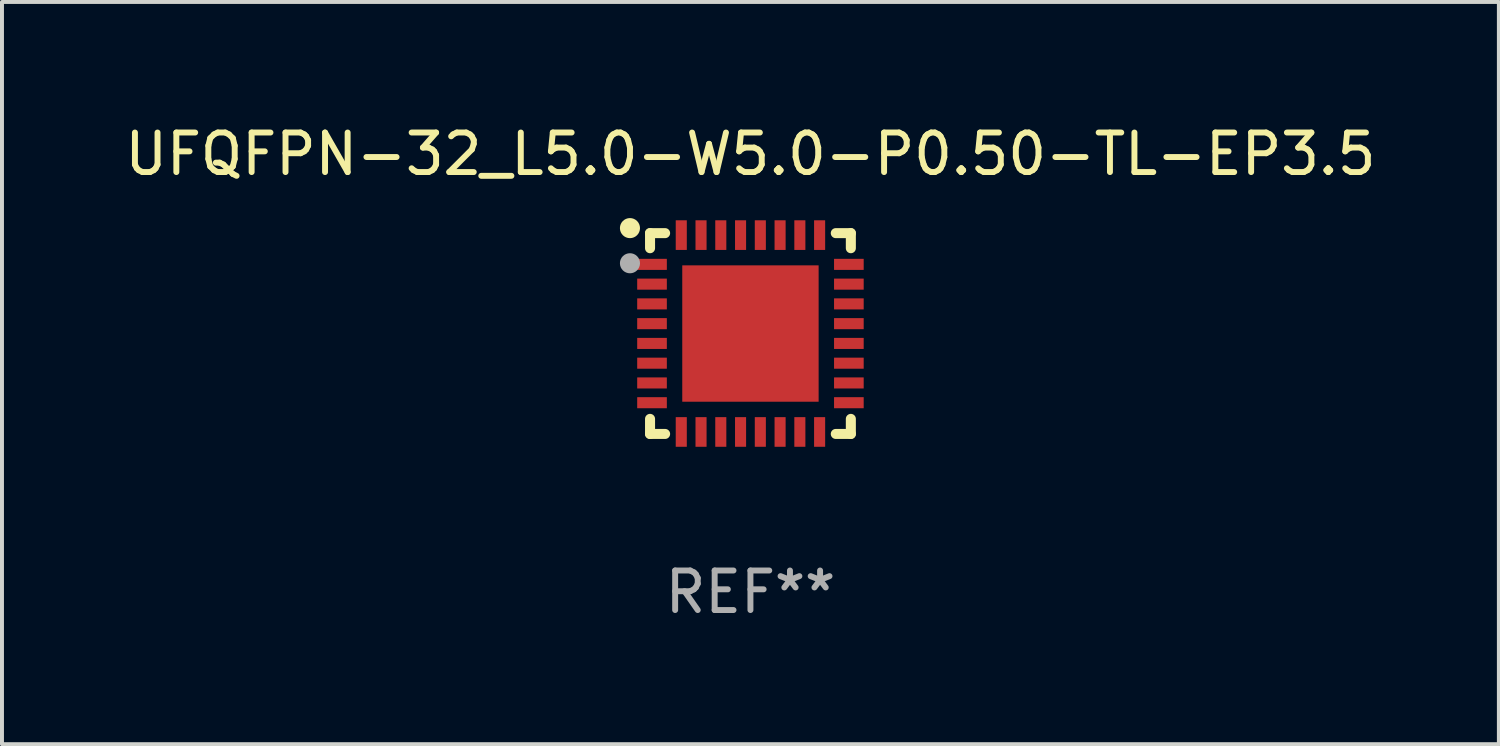
<source format=kicad_pcb>
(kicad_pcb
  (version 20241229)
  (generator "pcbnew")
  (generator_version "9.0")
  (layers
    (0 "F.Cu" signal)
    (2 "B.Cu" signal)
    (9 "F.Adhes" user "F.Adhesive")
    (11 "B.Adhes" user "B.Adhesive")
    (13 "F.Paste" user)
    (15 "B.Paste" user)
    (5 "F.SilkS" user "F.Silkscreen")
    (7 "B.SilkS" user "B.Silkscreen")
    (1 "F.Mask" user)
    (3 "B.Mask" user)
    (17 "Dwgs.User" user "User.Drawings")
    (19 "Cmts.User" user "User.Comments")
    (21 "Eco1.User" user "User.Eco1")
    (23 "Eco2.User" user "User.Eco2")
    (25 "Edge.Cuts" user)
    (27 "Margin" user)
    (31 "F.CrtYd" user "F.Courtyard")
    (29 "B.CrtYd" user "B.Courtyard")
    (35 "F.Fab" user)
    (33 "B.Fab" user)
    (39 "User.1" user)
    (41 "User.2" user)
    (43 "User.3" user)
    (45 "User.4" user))
  (footprint "UFQFPN-32_L5.0-W5.0-P0.50-TL-EP3.5"
    (layer "F.Cu")
    (at 15.935 5.388)
    (property "Reference" "UFQFPN-32_L5.0-W5.0-P0.50-TL-EP3.5" (at 0 -4.54 0) (layer "F.SilkS") (effects (font (size 1 1) (thickness 0.15))))
    (attr smd)
    (fp_line (start -2.54 -2.54) (end -2.159 -2.54) (stroke (width 0.254) (type solid)) (layer "F.SilkS"))
    (fp_line (start -2.54 -2.159) (end -2.54 -2.54) (stroke (width 0.254) (type solid)) (layer "F.SilkS"))
    (fp_line (start -2.54 2.54) (end -2.54 2.159) (stroke (width 0.254) (type solid)) (layer "F.SilkS"))
    (fp_line (start -2.159 2.54) (end -2.54 2.54) (stroke (width 0.254) (type solid)) (layer "F.SilkS"))
    (fp_line (start 2.159 -2.54) (end 2.54 -2.54) (stroke (width 0.254) (type solid)) (layer "F.SilkS"))
    (fp_line (start 2.54 -2.54) (end 2.54 -2.159) (stroke (width 0.254) (type solid)) (layer "F.SilkS"))
    (fp_line (start 2.54 2.159) (end 2.54 2.54) (stroke (width 0.254) (type solid)) (layer "F.SilkS"))
    (fp_line (start 2.54 2.54) (end 2.159 2.54) (stroke (width 0.254) (type solid)) (layer "F.SilkS"))
    (fp_circle (center -3.048 -2.667) (end -2.921 -2.667) (stroke (width 0.254) (type solid)) (fill no) (layer "F.SilkS"))
    (fp_circle (center -2.5 -2.5) (end -2.47 -2.5) (stroke (width 0.06) (type solid)) (fill no) (layer "F.SilkS"))
    (fp_circle (center -3.048 -1.778) (end -2.921 -1.778) (stroke (width 0.254) (type solid)) (fill no) (layer "F.Fab"))
    (fp_text user "REF**" (at 0 6.54 0) (layer "F.Fab") (effects (font (size 1 1) (thickness 0.15))))
    (pad "1" smd rect (at -2.49 -1.75) (size 0.75 0.28) (layers "F.Cu" "F.Mask" "F.Paste"))
    (pad "2" smd rect (at -2.49 -1.25) (size 0.75 0.28) (layers "F.Cu" "F.Mask" "F.Paste"))
    (pad "3" smd rect (at -2.49 -0.75) (size 0.75 0.28) (layers "F.Cu" "F.Mask" "F.Paste"))
    (pad "4" smd rect (at -2.49 -0.25) (size 0.75 0.28) (layers "F.Cu" "F.Mask" "F.Paste"))
    (pad "5" smd rect (at -2.49 0.25) (size 0.75 0.28) (layers "F.Cu" "F.Mask" "F.Paste"))
    (pad "6" smd rect (at -2.49 0.75) (size 0.75 0.28) (layers "F.Cu" "F.Mask" "F.Paste"))
    (pad "7" smd rect (at -2.49 1.25) (size 0.75 0.28) (layers "F.Cu" "F.Mask" "F.Paste"))
    (pad "8" smd rect (at -2.49 1.75) (size 0.75 0.28) (layers "F.Cu" "F.Mask" "F.Paste"))
    (pad "9" smd rect (at -1.75 2.49) (size 0.28 0.75) (layers "F.Cu" "F.Mask" "F.Paste"))
    (pad "10" smd rect (at -1.25 2.49) (size 0.28 0.75) (layers "F.Cu" "F.Mask" "F.Paste"))
    (pad "11" smd rect (at -0.75 2.49) (size 0.28 0.75) (layers "F.Cu" "F.Mask" "F.Paste"))
    (pad "12" smd rect (at -0.25 2.49) (size 0.28 0.75) (layers "F.Cu" "F.Mask" "F.Paste"))
    (pad "13" smd rect (at 0.25 2.49) (size 0.28 0.75) (layers "F.Cu" "F.Mask" "F.Paste"))
    (pad "14" smd rect (at 0.75 2.49) (size 0.28 0.75) (layers "F.Cu" "F.Mask" "F.Paste"))
    (pad "15" smd rect (at 1.25 2.49) (size 0.28 0.75) (layers "F.Cu" "F.Mask" "F.Paste"))
    (pad "16" smd rect (at 1.75 2.49) (size 0.28 0.75) (layers "F.Cu" "F.Mask" "F.Paste"))
    (pad "17" smd rect (at 2.49 1.75) (size 0.75 0.28) (layers "F.Cu" "F.Mask" "F.Paste"))
    (pad "18" smd rect (at 2.49 1.25) (size 0.75 0.28) (layers "F.Cu" "F.Mask" "F.Paste"))
    (pad "19" smd rect (at 2.49 0.75) (size 0.75 0.28) (layers "F.Cu" "F.Mask" "F.Paste"))
    (pad "20" smd rect (at 2.49 0.25) (size 0.75 0.28) (layers "F.Cu" "F.Mask" "F.Paste"))
    (pad "21" smd rect (at 2.49 -0.25) (size 0.75 0.28) (layers "F.Cu" "F.Mask" "F.Paste"))
    (pad "22" smd rect (at 2.49 -0.75) (size 0.75 0.28) (layers "F.Cu" "F.Mask" "F.Paste"))
    (pad "23" smd rect (at 2.49 -1.25) (size 0.75 0.28) (layers "F.Cu" "F.Mask" "F.Paste"))
    (pad "24" smd rect (at 2.49 -1.75) (size 0.75 0.28) (layers "F.Cu" "F.Mask" "F.Paste"))
    (pad "25" smd rect (at 1.75 -2.49) (size 0.28 0.75) (layers "F.Cu" "F.Mask" "F.Paste"))
    (pad "26" smd rect (at 1.25 -2.49) (size 0.28 0.75) (layers "F.Cu" "F.Mask" "F.Paste"))
    (pad "27" smd rect (at 0.75 -2.49) (size 0.28 0.75) (layers "F.Cu" "F.Mask" "F.Paste"))
    (pad "28" smd rect (at 0.25 -2.49) (size 0.28 0.75) (layers "F.Cu" "F.Mask" "F.Paste"))
    (pad "29" smd rect (at -0.25 -2.49) (size 0.28 0.75) (layers "F.Cu" "F.Mask" "F.Paste"))
    (pad "30" smd rect (at -0.75 -2.49) (size 0.28 0.75) (layers "F.Cu" "F.Mask" "F.Paste"))
    (pad "31" smd rect (at -1.25 -2.49) (size 0.28 0.75) (layers "F.Cu" "F.Mask" "F.Paste"))
    (pad "32" smd rect (at -1.75 -2.49) (size 0.28 0.75) (layers "F.Cu" "F.Mask" "F.Paste"))
    (pad "33" smd rect (at 0 0) (size 3.45 3.45) (layers "F.Cu" "F.Mask" "F.Paste")))
  (gr_rect
    (start -3 -3)
    (end 34.869 15.777)
    (stroke (width 0.1) (type default))
    (fill no)
    (layer "Edge.Cuts")))
</source>
